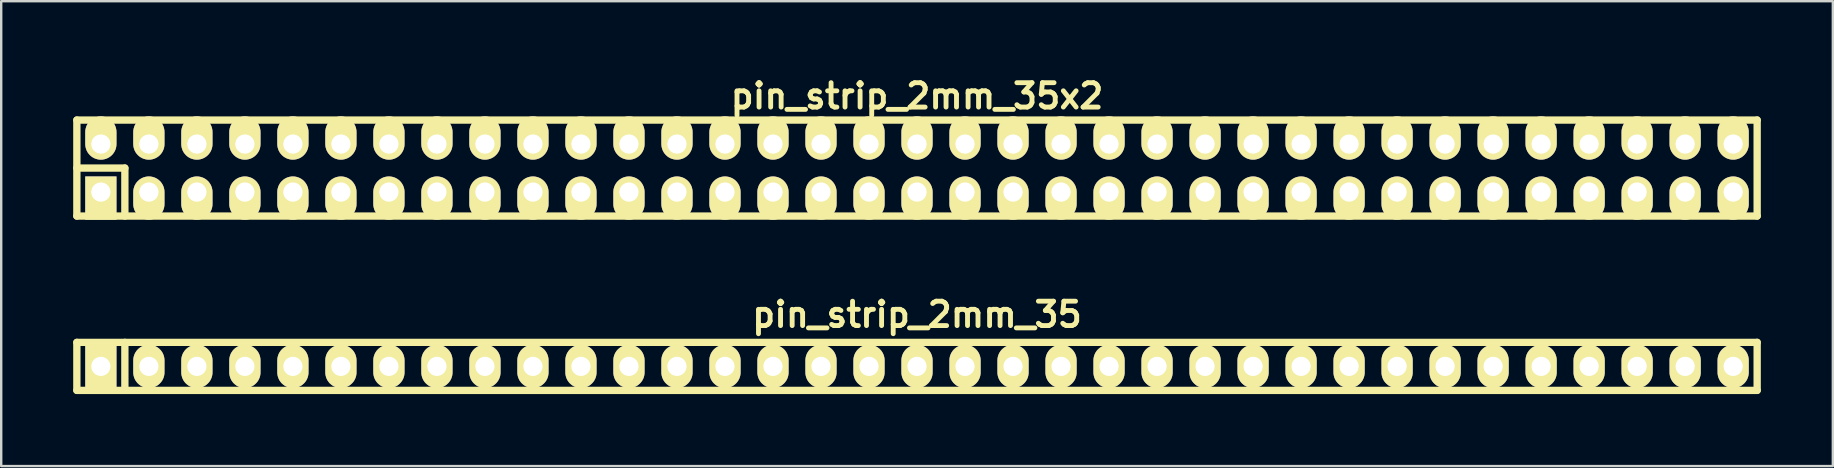
<source format=kicad_pcb>
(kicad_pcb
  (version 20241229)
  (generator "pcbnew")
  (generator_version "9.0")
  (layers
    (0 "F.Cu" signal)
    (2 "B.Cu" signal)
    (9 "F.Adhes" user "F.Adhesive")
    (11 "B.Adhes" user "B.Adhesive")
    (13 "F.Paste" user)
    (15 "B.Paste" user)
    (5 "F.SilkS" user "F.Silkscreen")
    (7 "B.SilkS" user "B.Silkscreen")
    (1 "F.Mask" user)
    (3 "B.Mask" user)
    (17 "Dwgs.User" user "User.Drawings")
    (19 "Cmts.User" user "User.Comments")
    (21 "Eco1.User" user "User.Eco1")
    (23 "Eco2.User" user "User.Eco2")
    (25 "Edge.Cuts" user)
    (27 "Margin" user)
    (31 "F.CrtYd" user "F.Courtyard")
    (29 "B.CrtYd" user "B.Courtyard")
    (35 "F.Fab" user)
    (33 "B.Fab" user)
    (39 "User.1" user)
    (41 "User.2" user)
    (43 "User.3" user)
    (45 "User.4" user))
  (footprint "pin_strip_2mm_35"
    (layer "F.Cu")
    (at 35.152 12.213)
    (property "Reference" "pin_strip_2mm_35" (at 0 -2.159 0) (layer "F.SilkS") (effects (font (size 1.016 1.016) (thickness 0.203))))
    (attr through_hole)
    (fp_line (start -35 -1) (end 35 -1) (stroke (width 0.305) (type solid)) (layer "F.SilkS"))
    (fp_line (start -35 1) (end -35 -1) (stroke (width 0.305) (type solid)) (layer "F.SilkS"))
    (fp_line (start -33 -1) (end -33 1) (stroke (width 0.305) (type solid)) (layer "F.SilkS"))
    (fp_line (start 35 -1) (end 35 1) (stroke (width 0.305) (type solid)) (layer "F.SilkS"))
    (fp_line (start 35 1) (end -35 1) (stroke (width 0.305) (type solid)) (layer "F.SilkS"))
    (pad "1" thru_hole rect (at -34 0) (size 1.3 1.8) (drill 0.8) (layers "*.Cu" "*.Mask" "F.SilkS"))
    (pad "2" thru_hole oval (at -32 0) (size 1.3 1.8) (drill 0.8) (layers "*.Cu" "*.Mask" "F.SilkS"))
    (pad "3" thru_hole oval (at -30 0) (size 1.3 1.8) (drill 0.8) (layers "*.Cu" "*.Mask" "F.SilkS"))
    (pad "4" thru_hole oval (at -28 0) (size 1.3 1.8) (drill 0.8) (layers "*.Cu" "*.Mask" "F.SilkS"))
    (pad "5" thru_hole oval (at -26 0) (size 1.3 1.8) (drill 0.8) (layers "*.Cu" "*.Mask" "F.SilkS"))
    (pad "6" thru_hole oval (at -24 0) (size 1.3 1.8) (drill 0.8) (layers "*.Cu" "*.Mask" "F.SilkS"))
    (pad "7" thru_hole oval (at -22 0) (size 1.3 1.8) (drill 0.8) (layers "*.Cu" "*.Mask" "F.SilkS"))
    (pad "8" thru_hole oval (at -20 0) (size 1.3 1.8) (drill 0.8) (layers "*.Cu" "*.Mask" "F.SilkS"))
    (pad "9" thru_hole oval (at -18 0) (size 1.3 1.8) (drill 0.8) (layers "*.Cu" "*.Mask" "F.SilkS"))
    (pad "10" thru_hole oval (at -16 0) (size 1.3 1.8) (drill 0.8) (layers "*.Cu" "*.Mask" "F.SilkS"))
    (pad "11" thru_hole oval (at -14 0) (size 1.3 1.8) (drill 0.8) (layers "*.Cu" "*.Mask" "F.SilkS"))
    (pad "12" thru_hole oval (at -12 0) (size 1.3 1.8) (drill 0.8) (layers "*.Cu" "*.Mask" "F.SilkS"))
    (pad "13" thru_hole oval (at -10 0) (size 1.3 1.8) (drill 0.8) (layers "*.Cu" "*.Mask" "F.SilkS"))
    (pad "14" thru_hole oval (at -8 0) (size 1.3 1.8) (drill 0.8) (layers "*.Cu" "*.Mask" "F.SilkS"))
    (pad "15" thru_hole oval (at -6 0) (size 1.3 1.8) (drill 0.8) (layers "*.Cu" "*.Mask" "F.SilkS"))
    (pad "16" thru_hole oval (at -4 0) (size 1.3 1.8) (drill 0.8) (layers "*.Cu" "*.Mask" "F.SilkS"))
    (pad "17" thru_hole oval (at -2 0) (size 1.3 1.8) (drill 0.8) (layers "*.Cu" "*.Mask" "F.SilkS"))
    (pad "18" thru_hole oval (at 0 0) (size 1.3 1.8) (drill 0.8) (layers "*.Cu" "*.Mask" "F.SilkS"))
    (pad "19" thru_hole oval (at 2 0) (size 1.3 1.8) (drill 0.8) (layers "*.Cu" "*.Mask" "F.SilkS"))
    (pad "20" thru_hole oval (at 4 0) (size 1.3 1.8) (drill 0.8) (layers "*.Cu" "*.Mask" "F.SilkS"))
    (pad "21" thru_hole oval (at 6 0) (size 1.3 1.8) (drill 0.8) (layers "*.Cu" "*.Mask" "F.SilkS"))
    (pad "22" thru_hole oval (at 8 0) (size 1.3 1.8) (drill 0.8) (layers "*.Cu" "*.Mask" "F.SilkS"))
    (pad "23" thru_hole oval (at 10 0) (size 1.3 1.8) (drill 0.8) (layers "*.Cu" "*.Mask" "F.SilkS"))
    (pad "24" thru_hole oval (at 12 0) (size 1.3 1.8) (drill 0.8) (layers "*.Cu" "*.Mask" "F.SilkS"))
    (pad "25" thru_hole oval (at 14 0) (size 1.3 1.8) (drill 0.8) (layers "*.Cu" "*.Mask" "F.SilkS"))
    (pad "26" thru_hole oval (at 16 0) (size 1.3 1.8) (drill 0.8) (layers "*.Cu" "*.Mask" "F.SilkS"))
    (pad "27" thru_hole oval (at 18 0) (size 1.3 1.8) (drill 0.8) (layers "*.Cu" "*.Mask" "F.SilkS"))
    (pad "28" thru_hole oval (at 20 0) (size 1.3 1.8) (drill 0.8) (layers "*.Cu" "*.Mask" "F.SilkS"))
    (pad "29" thru_hole oval (at 22 0) (size 1.3 1.8) (drill 0.8) (layers "*.Cu" "*.Mask" "F.SilkS"))
    (pad "30" thru_hole oval (at 24 0) (size 1.3 1.8) (drill 0.8) (layers "*.Cu" "*.Mask" "F.SilkS"))
    (pad "31" thru_hole oval (at 26 0) (size 1.3 1.8) (drill 0.8) (layers "*.Cu" "*.Mask" "F.SilkS"))
    (pad "32" thru_hole oval (at 28 0) (size 1.3 1.8) (drill 0.8) (layers "*.Cu" "*.Mask" "F.SilkS"))
    (pad "33" thru_hole oval (at 30 0) (size 1.3 1.8) (drill 0.8) (layers "*.Cu" "*.Mask" "F.SilkS"))
    (pad "34" thru_hole oval (at 32 0) (size 1.3 1.8) (drill 0.8) (layers "*.Cu" "*.Mask" "F.SilkS"))
    (pad "35" thru_hole oval (at 34 0) (size 1.3 1.8) (drill 0.8) (layers "*.Cu" "*.Mask" "F.SilkS")))
  (footprint "pin_strip_2mm_35x2"
    (layer "F.Cu")
    (at 35.152 3.951)
    (property "Reference" "pin_strip_2mm_35x2" (at 0 -3 0) (layer "F.SilkS") (effects (font (size 1.016 1.016) (thickness 0.203))))
    (attr through_hole)
    (fp_line (start -35 -2) (end 35 -2) (stroke (width 0.305) (type solid)) (layer "F.SilkS"))
    (fp_line (start -35 0) (end -33 0) (stroke (width 0.305) (type solid)) (layer "F.SilkS"))
    (fp_line (start -35 2) (end -35 -2) (stroke (width 0.305) (type solid)) (layer "F.SilkS"))
    (fp_line (start -33 0) (end -33 2) (stroke (width 0.305) (type solid)) (layer "F.SilkS"))
    (fp_line (start 35 -2) (end 35 2) (stroke (width 0.305) (type solid)) (layer "F.SilkS"))
    (fp_line (start 35 2) (end -35 2) (stroke (width 0.305) (type solid)) (layer "F.SilkS"))
    (pad "1" thru_hole rect (at -34 1) (size 1.3 1.8) (drill 0.8 (offset 0 0.25)) (layers "*.Cu" "*.Mask" "F.SilkS"))
    (pad "2" thru_hole oval (at -34 -1) (size 1.3 1.8) (drill 0.8 (offset 0 -0.25)) (layers "*.Cu" "*.Mask" "F.SilkS"))
    (pad "3" thru_hole oval (at -32 1) (size 1.3 1.8) (drill 0.8 (offset 0 0.25)) (layers "*.Cu" "*.Mask" "F.SilkS"))
    (pad "4" thru_hole oval (at -32 -1) (size 1.3 1.8) (drill 0.8 (offset 0 -0.25)) (layers "*.Cu" "*.Mask" "F.SilkS"))
    (pad "5" thru_hole oval (at -30 1) (size 1.3 1.8) (drill 0.8 (offset 0 0.25)) (layers "*.Cu" "*.Mask" "F.SilkS"))
    (pad "6" thru_hole oval (at -30 -1) (size 1.3 1.8) (drill 0.8 (offset 0 -0.25)) (layers "*.Cu" "*.Mask" "F.SilkS"))
    (pad "7" thru_hole oval (at -28 1) (size 1.3 1.8) (drill 0.8 (offset 0 0.25)) (layers "*.Cu" "*.Mask" "F.SilkS"))
    (pad "8" thru_hole oval (at -28 -1) (size 1.3 1.8) (drill 0.8 (offset 0 -0.25)) (layers "*.Cu" "*.Mask" "F.SilkS"))
    (pad "9" thru_hole oval (at -26 1) (size 1.3 1.8) (drill 0.8 (offset 0 0.25)) (layers "*.Cu" "*.Mask" "F.SilkS"))
    (pad "10" thru_hole oval (at -26 -1) (size 1.3 1.8) (drill 0.8 (offset 0 -0.25)) (layers "*.Cu" "*.Mask" "F.SilkS"))
    (pad "11" thru_hole oval (at -24 1) (size 1.3 1.8) (drill 0.8 (offset 0 0.25)) (layers "*.Cu" "*.Mask" "F.SilkS"))
    (pad "12" thru_hole oval (at -24 -1) (size 1.3 1.8) (drill 0.8 (offset 0 -0.25)) (layers "*.Cu" "*.Mask" "F.SilkS"))
    (pad "13" thru_hole oval (at -22 1) (size 1.3 1.8) (drill 0.8 (offset 0 0.25)) (layers "*.Cu" "*.Mask" "F.SilkS"))
    (pad "14" thru_hole oval (at -22 -1) (size 1.3 1.8) (drill 0.8 (offset 0 -0.25)) (layers "*.Cu" "*.Mask" "F.SilkS"))
    (pad "15" thru_hole oval (at -20 1) (size 1.3 1.8) (drill 0.8 (offset 0 0.25)) (layers "*.Cu" "*.Mask" "F.SilkS"))
    (pad "16" thru_hole oval (at -20 -1) (size 1.3 1.8) (drill 0.8 (offset 0 -0.25)) (layers "*.Cu" "*.Mask" "F.SilkS"))
    (pad "17" thru_hole oval (at -18 1) (size 1.3 1.8) (drill 0.8 (offset 0 0.25)) (layers "*.Cu" "*.Mask" "F.SilkS"))
    (pad "18" thru_hole oval (at -18 -1) (size 1.3 1.8) (drill 0.8 (offset 0 -0.25)) (layers "*.Cu" "*.Mask" "F.SilkS"))
    (pad "19" thru_hole oval (at -16 1) (size 1.3 1.8) (drill 0.8 (offset 0 0.25)) (layers "*.Cu" "*.Mask" "F.SilkS"))
    (pad "20" thru_hole oval (at -16 -1) (size 1.3 1.8) (drill 0.8 (offset 0 -0.25)) (layers "*.Cu" "*.Mask" "F.SilkS"))
    (pad "21" thru_hole oval (at -14 1) (size 1.3 1.8) (drill 0.8 (offset 0 0.25)) (layers "*.Cu" "*.Mask" "F.SilkS"))
    (pad "22" thru_hole oval (at -14 -1) (size 1.3 1.8) (drill 0.8 (offset 0 -0.25)) (layers "*.Cu" "*.Mask" "F.SilkS"))
    (pad "23" thru_hole oval (at -12 1) (size 1.3 1.8) (drill 0.8 (offset 0 0.25)) (layers "*.Cu" "*.Mask" "F.SilkS"))
    (pad "24" thru_hole oval (at -12 -1) (size 1.3 1.8) (drill 0.8 (offset 0 -0.25)) (layers "*.Cu" "*.Mask" "F.SilkS"))
    (pad "25" thru_hole oval (at -10 1) (size 1.3 1.8) (drill 0.8 (offset 0 0.25)) (layers "*.Cu" "*.Mask" "F.SilkS"))
    (pad "26" thru_hole oval (at -10 -1) (size 1.3 1.8) (drill 0.8 (offset 0 -0.25)) (layers "*.Cu" "*.Mask" "F.SilkS"))
    (pad "27" thru_hole oval (at -8 1) (size 1.3 1.8) (drill 0.8 (offset 0 0.25)) (layers "*.Cu" "*.Mask" "F.SilkS"))
    (pad "28" thru_hole oval (at -8 -1) (size 1.3 1.8) (drill 0.8 (offset 0 -0.25)) (layers "*.Cu" "*.Mask" "F.SilkS"))
    (pad "29" thru_hole oval (at -6 1) (size 1.3 1.8) (drill 0.8 (offset 0 0.25)) (layers "*.Cu" "*.Mask" "F.SilkS"))
    (pad "30" thru_hole oval (at -6 -1) (size 1.3 1.8) (drill 0.8 (offset 0 -0.25)) (layers "*.Cu" "*.Mask" "F.SilkS"))
    (pad "31" thru_hole oval (at -4 1) (size 1.3 1.8) (drill 0.8 (offset 0 0.25)) (layers "*.Cu" "*.Mask" "F.SilkS"))
    (pad "32" thru_hole oval (at -4 -1) (size 1.3 1.8) (drill 0.8 (offset 0 -0.25)) (layers "*.Cu" "*.Mask" "F.SilkS"))
    (pad "33" thru_hole oval (at -2 1) (size 1.3 1.8) (drill 0.8 (offset 0 0.25)) (layers "*.Cu" "*.Mask" "F.SilkS"))
    (pad "34" thru_hole oval (at -2 -1) (size 1.3 1.8) (drill 0.8 (offset 0 -0.25)) (layers "*.Cu" "*.Mask" "F.SilkS"))
    (pad "35" thru_hole oval (at 0 1) (size 1.3 1.8) (drill 0.8 (offset 0 0.25)) (layers "*.Cu" "*.Mask" "F.SilkS"))
    (pad "36" thru_hole oval (at 0 -1) (size 1.3 1.8) (drill 0.8 (offset 0 -0.25)) (layers "*.Cu" "*.Mask" "F.SilkS"))
    (pad "37" thru_hole oval (at 2 1) (size 1.3 1.8) (drill 0.8 (offset 0 0.25)) (layers "*.Cu" "*.Mask" "F.SilkS"))
    (pad "38" thru_hole oval (at 2 -1) (size 1.3 1.8) (drill 0.8 (offset 0 -0.25)) (layers "*.Cu" "*.Mask" "F.SilkS"))
    (pad "39" thru_hole oval (at 4 1) (size 1.3 1.8) (drill 0.8 (offset 0 0.25)) (layers "*.Cu" "*.Mask" "F.SilkS"))
    (pad "40" thru_hole oval (at 4 -1) (size 1.3 1.8) (drill 0.8 (offset 0 -0.25)) (layers "*.Cu" "*.Mask" "F.SilkS"))
    (pad "41" thru_hole oval (at 6 1) (size 1.3 1.8) (drill 0.8 (offset 0 0.25)) (layers "*.Cu" "*.Mask" "F.SilkS"))
    (pad "42" thru_hole oval (at 6 -1) (size 1.3 1.8) (drill 0.8 (offset 0 -0.25)) (layers "*.Cu" "*.Mask" "F.SilkS"))
    (pad "43" thru_hole oval (at 8 1) (size 1.3 1.8) (drill 0.8 (offset 0 0.25)) (layers "*.Cu" "*.Mask" "F.SilkS"))
    (pad "44" thru_hole oval (at 8 -1) (size 1.3 1.8) (drill 0.8 (offset 0 -0.25)) (layers "*.Cu" "*.Mask" "F.SilkS"))
    (pad "45" thru_hole oval (at 10 1) (size 1.3 1.8) (drill 0.8 (offset 0 0.25)) (layers "*.Cu" "*.Mask" "F.SilkS"))
    (pad "46" thru_hole oval (at 10 -1) (size 1.3 1.8) (drill 0.8 (offset 0 -0.25)) (layers "*.Cu" "*.Mask" "F.SilkS"))
    (pad "47" thru_hole oval (at 12 1) (size 1.3 1.8) (drill 0.8 (offset 0 0.25)) (layers "*.Cu" "*.Mask" "F.SilkS"))
    (pad "48" thru_hole oval (at 12 -1) (size 1.3 1.8) (drill 0.8 (offset 0 -0.25)) (layers "*.Cu" "*.Mask" "F.SilkS"))
    (pad "49" thru_hole oval (at 14 1) (size 1.3 1.8) (drill 0.8 (offset 0 0.25)) (layers "*.Cu" "*.Mask" "F.SilkS"))
    (pad "50" thru_hole oval (at 14 -1) (size 1.3 1.8) (drill 0.8 (offset 0 -0.25)) (layers "*.Cu" "*.Mask" "F.SilkS"))
    (pad "51" thru_hole oval (at 16 1) (size 1.3 1.8) (drill 0.8 (offset 0 0.25)) (layers "*.Cu" "*.Mask" "F.SilkS"))
    (pad "52" thru_hole oval (at 16 -1) (size 1.3 1.8) (drill 0.8 (offset 0 -0.25)) (layers "*.Cu" "*.Mask" "F.SilkS"))
    (pad "53" thru_hole oval (at 18 1) (size 1.3 1.8) (drill 0.8 (offset 0 0.25)) (layers "*.Cu" "*.Mask" "F.SilkS"))
    (pad "54" thru_hole oval (at 18 -1) (size 1.3 1.8) (drill 0.8 (offset 0 -0.25)) (layers "*.Cu" "*.Mask" "F.SilkS"))
    (pad "55" thru_hole oval (at 20 1) (size 1.3 1.8) (drill 0.8 (offset 0 0.25)) (layers "*.Cu" "*.Mask" "F.SilkS"))
    (pad "56" thru_hole oval (at 20 -1) (size 1.3 1.8) (drill 0.8 (offset 0 -0.25)) (layers "*.Cu" "*.Mask" "F.SilkS"))
    (pad "57" thru_hole oval (at 22 1) (size 1.3 1.8) (drill 0.8 (offset 0 0.25)) (layers "*.Cu" "*.Mask" "F.SilkS"))
    (pad "58" thru_hole oval (at 22 -1) (size 1.3 1.8) (drill 0.8 (offset 0 -0.25)) (layers "*.Cu" "*.Mask" "F.SilkS"))
    (pad "59" thru_hole oval (at 24 1) (size 1.3 1.8) (drill 0.8 (offset 0 0.25)) (layers "*.Cu" "*.Mask" "F.SilkS"))
    (pad "60" thru_hole oval (at 24 -1) (size 1.3 1.8) (drill 0.8 (offset 0 -0.25)) (layers "*.Cu" "*.Mask" "F.SilkS"))
    (pad "61" thru_hole oval (at 26 1) (size 1.3 1.8) (drill 0.8 (offset 0 0.25)) (layers "*.Cu" "*.Mask" "F.SilkS"))
    (pad "62" thru_hole oval (at 26 -1) (size 1.3 1.8) (drill 0.8 (offset 0 -0.25)) (layers "*.Cu" "*.Mask" "F.SilkS"))
    (pad "63" thru_hole oval (at 28 1) (size 1.3 1.8) (drill 0.8 (offset 0 0.25)) (layers "*.Cu" "*.Mask" "F.SilkS"))
    (pad "64" thru_hole oval (at 28 -1) (size 1.3 1.8) (drill 0.8 (offset 0 -0.25)) (layers "*.Cu" "*.Mask" "F.SilkS"))
    (pad "65" thru_hole oval (at 30 1) (size 1.3 1.8) (drill 0.8 (offset 0 0.25)) (layers "*.Cu" "*.Mask" "F.SilkS"))
    (pad "66" thru_hole oval (at 30 -1) (size 1.3 1.8) (drill 0.8 (offset 0 -0.25)) (layers "*.Cu" "*.Mask" "F.SilkS"))
    (pad "67" thru_hole oval (at 32 1) (size 1.3 1.8) (drill 0.8 (offset 0 0.25)) (layers "*.Cu" "*.Mask" "F.SilkS"))
    (pad "68" thru_hole oval (at 32 -1) (size 1.3 1.8) (drill 0.8 (offset 0 -0.25)) (layers "*.Cu" "*.Mask" "F.SilkS"))
    (pad "69" thru_hole oval (at 34 1) (size 1.3 1.8) (drill 0.8 (offset 0 0.25)) (layers "*.Cu" "*.Mask" "F.SilkS"))
    (pad "70" thru_hole oval (at 34 -1) (size 1.3 1.8) (drill 0.8 (offset 0 -0.25)) (layers "*.Cu" "*.Mask" "F.SilkS")))
  (gr_rect
    (start -3 -3)
    (end 73.305 16.366)
    (stroke (width 0.1) (type default))
    (fill no)
    (layer "Edge.Cuts")))
</source>
